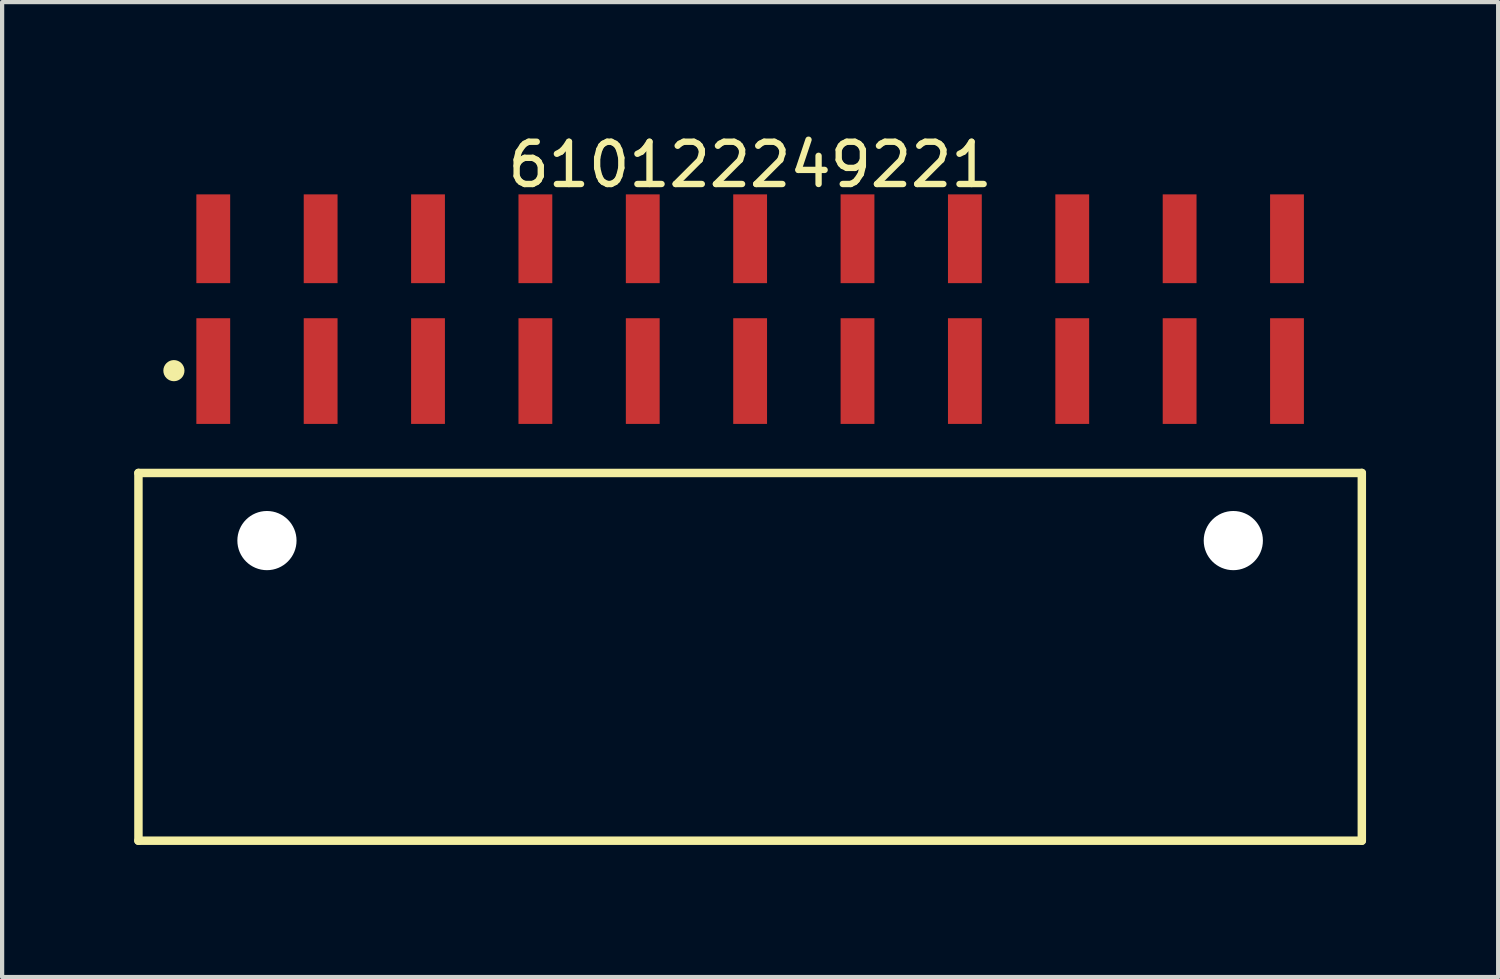
<source format=kicad_pcb>
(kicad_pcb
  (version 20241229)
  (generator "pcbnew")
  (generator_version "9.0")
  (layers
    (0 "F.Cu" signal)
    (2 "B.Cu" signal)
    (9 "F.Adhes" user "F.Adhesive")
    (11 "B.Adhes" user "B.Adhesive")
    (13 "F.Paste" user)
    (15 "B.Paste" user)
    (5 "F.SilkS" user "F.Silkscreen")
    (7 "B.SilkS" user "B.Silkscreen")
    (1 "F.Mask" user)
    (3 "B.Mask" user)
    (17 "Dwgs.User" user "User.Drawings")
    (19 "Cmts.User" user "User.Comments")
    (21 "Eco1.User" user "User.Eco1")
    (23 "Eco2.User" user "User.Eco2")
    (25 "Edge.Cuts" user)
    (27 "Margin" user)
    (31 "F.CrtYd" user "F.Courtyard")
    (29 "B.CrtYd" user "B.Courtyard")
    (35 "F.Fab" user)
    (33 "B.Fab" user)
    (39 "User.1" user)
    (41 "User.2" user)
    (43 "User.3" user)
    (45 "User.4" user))
  (footprint "610122249221"
    (layer "F.Cu")
    (at 14.695 12.488)
    (property "Reference" "610122249221" (at 0 -11.64 0) (layer "F.SilkS") (effects (font (size 1 1) (thickness 0.15))))
    (fp_line (start -14.47 -4.35) (end 14.47 -4.35) (stroke (width 0.2) (type solid)) (layer "F.SilkS"))
    (fp_line (start -14.47 4.35) (end -14.47 -4.35) (stroke (width 0.2) (type solid)) (layer "F.SilkS"))
    (fp_line (start -14.47 4.35) (end 14.47 4.35) (stroke (width 0.2) (type solid)) (layer "F.SilkS"))
    (fp_line (start 14.47 4.35) (end 14.47 -4.35) (stroke (width 0.2) (type solid)) (layer "F.SilkS"))
    (fp_circle (center -13.631 -6.77) (end -13.631 -6.895) (stroke (width 0.25) (type solid)) (fill no) (layer "F.SilkS"))
    (fp_line (start -14.67 -11.14) (end 14.67 -11.14) (stroke (width 0.05) (type solid)) (layer "Eco2.User"))
    (fp_line (start -14.67 4.55) (end -14.67 -11.14) (stroke (width 0.05) (type solid)) (layer "Eco2.User"))
    (fp_line (start -14.67 4.55) (end 14.67 4.55) (stroke (width 0.05) (type solid)) (layer "Eco2.User"))
    (fp_line (start -14.22 -4.25) (end 14.22 -4.25) (stroke (width 0.1) (type solid)) (layer "Eco2.User"))
    (fp_line (start -14.22 4.25) (end -14.22 -4.25) (stroke (width 0.1) (type solid)) (layer "Eco2.User"))
    (fp_line (start -14.22 4.25) (end 14.22 4.25) (stroke (width 0.1) (type solid)) (layer "Eco2.User"))
    (fp_line (start -13.02 -10.44) (end -12.38 -10.44) (stroke (width 0.1) (type solid)) (layer "Eco2.User"))
    (fp_line (start -13.02 -7.49) (end -12.38 -7.49) (stroke (width 0.1) (type solid)) (layer "Eco2.User"))
    (fp_line (start -13.02 -4.25) (end -13.02 -10.44) (stroke (width 0.1) (type solid)) (layer "Eco2.User"))
    (fp_line (start -12.38 -4.25) (end -12.38 -10.44) (stroke (width 0.1) (type solid)) (layer "Eco2.User"))
    (fp_line (start -10.48 -10.44) (end -9.84 -10.44) (stroke (width 0.1) (type solid)) (layer "Eco2.User"))
    (fp_line (start -10.48 -7.49) (end -9.84 -7.49) (stroke (width 0.1) (type solid)) (layer "Eco2.User"))
    (fp_line (start -10.48 -4.25) (end -10.48 -10.44) (stroke (width 0.1) (type solid)) (layer "Eco2.User"))
    (fp_line (start -9.84 -4.25) (end -9.84 -10.44) (stroke (width 0.1) (type solid)) (layer "Eco2.User"))
    (fp_line (start -7.94 -10.44) (end -7.3 -10.44) (stroke (width 0.1) (type solid)) (layer "Eco2.User"))
    (fp_line (start -7.94 -7.49) (end -7.3 -7.49) (stroke (width 0.1) (type solid)) (layer "Eco2.User"))
    (fp_line (start -7.94 -4.25) (end -7.94 -10.44) (stroke (width 0.1) (type solid)) (layer "Eco2.User"))
    (fp_line (start -7.3 -4.25) (end -7.3 -10.44) (stroke (width 0.1) (type solid)) (layer "Eco2.User"))
    (fp_line (start -5.4 -10.44) (end -4.76 -10.44) (stroke (width 0.1) (type solid)) (layer "Eco2.User"))
    (fp_line (start -5.4 -7.49) (end -4.76 -7.49) (stroke (width 0.1) (type solid)) (layer "Eco2.User"))
    (fp_line (start -5.4 -4.25) (end -5.4 -10.44) (stroke (width 0.1) (type solid)) (layer "Eco2.User"))
    (fp_line (start -4.76 -4.25) (end -4.76 -10.44) (stroke (width 0.1) (type solid)) (layer "Eco2.User"))
    (fp_line (start -2.86 -10.44) (end -2.22 -10.44) (stroke (width 0.1) (type solid)) (layer "Eco2.User"))
    (fp_line (start -2.86 -7.49) (end -2.22 -7.49) (stroke (width 0.1) (type solid)) (layer "Eco2.User"))
    (fp_line (start -2.86 -4.25) (end -2.86 -10.44) (stroke (width 0.1) (type solid)) (layer "Eco2.User"))
    (fp_line (start -2.22 -4.25) (end -2.22 -10.44) (stroke (width 0.1) (type solid)) (layer "Eco2.User"))
    (fp_line (start -0.5 0) (end 0.5 0) (stroke (width 0.05) (type solid)) (layer "Eco2.User"))
    (fp_line (start -0.32 -10.44) (end 0.32 -10.44) (stroke (width 0.1) (type solid)) (layer "Eco2.User"))
    (fp_line (start -0.32 -7.49) (end 0.32 -7.49) (stroke (width 0.1) (type solid)) (layer "Eco2.User"))
    (fp_line (start -0.32 -4.25) (end -0.32 -10.44) (stroke (width 0.1) (type solid)) (layer "Eco2.User"))
    (fp_line (start 0 0.5) (end 0 -0.5) (stroke (width 0.05) (type solid)) (layer "Eco2.User"))
    (fp_line (start 0.32 -4.25) (end 0.32 -10.44) (stroke (width 0.1) (type solid)) (layer "Eco2.User"))
    (fp_line (start 2.22 -10.44) (end 2.86 -10.44) (stroke (width 0.1) (type solid)) (layer "Eco2.User"))
    (fp_line (start 2.22 -7.49) (end 2.86 -7.49) (stroke (width 0.1) (type solid)) (layer "Eco2.User"))
    (fp_line (start 2.22 -4.25) (end 2.22 -10.44) (stroke (width 0.1) (type solid)) (layer "Eco2.User"))
    (fp_line (start 2.86 -4.25) (end 2.86 -10.44) (stroke (width 0.1) (type solid)) (layer "Eco2.User"))
    (fp_line (start 4.76 -10.44) (end 5.4 -10.44) (stroke (width 0.1) (type solid)) (layer "Eco2.User"))
    (fp_line (start 4.76 -7.49) (end 5.4 -7.49) (stroke (width 0.1) (type solid)) (layer "Eco2.User"))
    (fp_line (start 4.76 -4.25) (end 4.76 -10.44) (stroke (width 0.1) (type solid)) (layer "Eco2.User"))
    (fp_line (start 5.4 -4.25) (end 5.4 -10.44) (stroke (width 0.1) (type solid)) (layer "Eco2.User"))
    (fp_line (start 7.3 -10.44) (end 7.94 -10.44) (stroke (width 0.1) (type solid)) (layer "Eco2.User"))
    (fp_line (start 7.3 -7.49) (end 7.94 -7.49) (stroke (width 0.1) (type solid)) (layer "Eco2.User"))
    (fp_line (start 7.3 -4.25) (end 7.3 -10.44) (stroke (width 0.1) (type solid)) (layer "Eco2.User"))
    (fp_line (start 7.94 -4.25) (end 7.94 -10.44) (stroke (width 0.1) (type solid)) (layer "Eco2.User"))
    (fp_line (start 9.84 -10.44) (end 10.48 -10.44) (stroke (width 0.1) (type solid)) (layer "Eco2.User"))
    (fp_line (start 9.84 -7.49) (end 10.48 -7.49) (stroke (width 0.1) (type solid)) (layer "Eco2.User"))
    (fp_line (start 9.84 -4.25) (end 9.84 -10.44) (stroke (width 0.1) (type solid)) (layer "Eco2.User"))
    (fp_line (start 10.48 -4.25) (end 10.48 -10.44) (stroke (width 0.1) (type solid)) (layer "Eco2.User"))
    (fp_line (start 12.38 -10.44) (end 13.02 -10.44) (stroke (width 0.1) (type solid)) (layer "Eco2.User"))
    (fp_line (start 12.38 -7.49) (end 13.02 -7.49) (stroke (width 0.1) (type solid)) (layer "Eco2.User"))
    (fp_line (start 12.38 -4.25) (end 12.38 -10.44) (stroke (width 0.1) (type solid)) (layer "Eco2.User"))
    (fp_line (start 13.02 -4.25) (end 13.02 -10.44) (stroke (width 0.1) (type solid)) (layer "Eco2.User"))
    (fp_line (start 14.22 4.25) (end 14.22 -4.25) (stroke (width 0.1) (type solid)) (layer "Eco2.User"))
    (fp_line (start 14.67 4.55) (end 14.67 -11.14) (stroke (width 0.05) (type solid)) (layer "Eco2.User"))
    (fp_text user "${REFERENCE}" (at 0.15 -0.197 0) (unlocked yes) (layer "User.3") (effects (font (size 1.5 1.5) (thickness 0.15))))
    (pad "" np_thru_hole circle (at -11.43 -2.75) (size 1.4 1.4) (drill 1.4) (layers "*.Cu" "*.Mask"))
    (pad "" np_thru_hole circle (at 11.43 -2.75) (size 1.4 1.4) (drill 1.4) (layers "*.Cu" "*.Mask"))
    (pad "1" smd rect (at -12.7 -6.76) (size 0.8 2.5) (layers "F.Cu" "F.Mask" "F.Paste"))
    (pad "2" smd rect (at -12.7 -9.89) (size 0.8 2.1) (layers "F.Cu" "F.Mask" "F.Paste"))
    (pad "3" smd rect (at -10.16 -6.76) (size 0.8 2.5) (layers "F.Cu" "F.Mask" "F.Paste"))
    (pad "4" smd rect (at -10.16 -9.89) (size 0.8 2.1) (layers "F.Cu" "F.Mask" "F.Paste"))
    (pad "5" smd rect (at -7.62 -6.76) (size 0.8 2.5) (layers "F.Cu" "F.Mask" "F.Paste"))
    (pad "6" smd rect (at -7.62 -9.89) (size 0.8 2.1) (layers "F.Cu" "F.Mask" "F.Paste"))
    (pad "7" smd rect (at -5.08 -6.76) (size 0.8 2.5) (layers "F.Cu" "F.Mask" "F.Paste"))
    (pad "8" smd rect (at -5.08 -9.89) (size 0.8 2.1) (layers "F.Cu" "F.Mask" "F.Paste"))
    (pad "9" smd rect (at -2.54 -6.76) (size 0.8 2.5) (layers "F.Cu" "F.Mask" "F.Paste"))
    (pad "10" smd rect (at -2.54 -9.89) (size 0.8 2.1) (layers "F.Cu" "F.Mask" "F.Paste"))
    (pad "11" smd rect (at 0 -6.76) (size 0.8 2.5) (layers "F.Cu" "F.Mask" "F.Paste"))
    (pad "12" smd rect (at 0 -9.89) (size 0.8 2.1) (layers "F.Cu" "F.Mask" "F.Paste"))
    (pad "13" smd rect (at 2.54 -6.76) (size 0.8 2.5) (layers "F.Cu" "F.Mask" "F.Paste"))
    (pad "14" smd rect (at 2.54 -9.89) (size 0.8 2.1) (layers "F.Cu" "F.Mask" "F.Paste"))
    (pad "15" smd rect (at 5.08 -6.76) (size 0.8 2.5) (layers "F.Cu" "F.Mask" "F.Paste"))
    (pad "16" smd rect (at 5.08 -9.89) (size 0.8 2.1) (layers "F.Cu" "F.Mask" "F.Paste"))
    (pad "17" smd rect (at 7.62 -6.76) (size 0.8 2.5) (layers "F.Cu" "F.Mask" "F.Paste"))
    (pad "18" smd rect (at 7.62 -9.89) (size 0.8 2.1) (layers "F.Cu" "F.Mask" "F.Paste"))
    (pad "19" smd rect (at 10.16 -6.76) (size 0.8 2.5) (layers "F.Cu" "F.Mask" "F.Paste"))
    (pad "20" smd rect (at 10.16 -9.89) (size 0.8 2.1) (layers "F.Cu" "F.Mask" "F.Paste"))
    (pad "21" smd rect (at 12.7 -6.76) (size 0.8 2.5) (layers "F.Cu" "F.Mask" "F.Paste"))
    (pad "22" smd rect (at 12.7 -9.89) (size 0.8 2.1) (layers "F.Cu" "F.Mask" "F.Paste")))
  (gr_rect
    (start -3 -3)
    (end 32.39 20.063)
    (stroke (width 0.1) (type default))
    (fill no)
    (layer "Edge.Cuts")))
</source>
